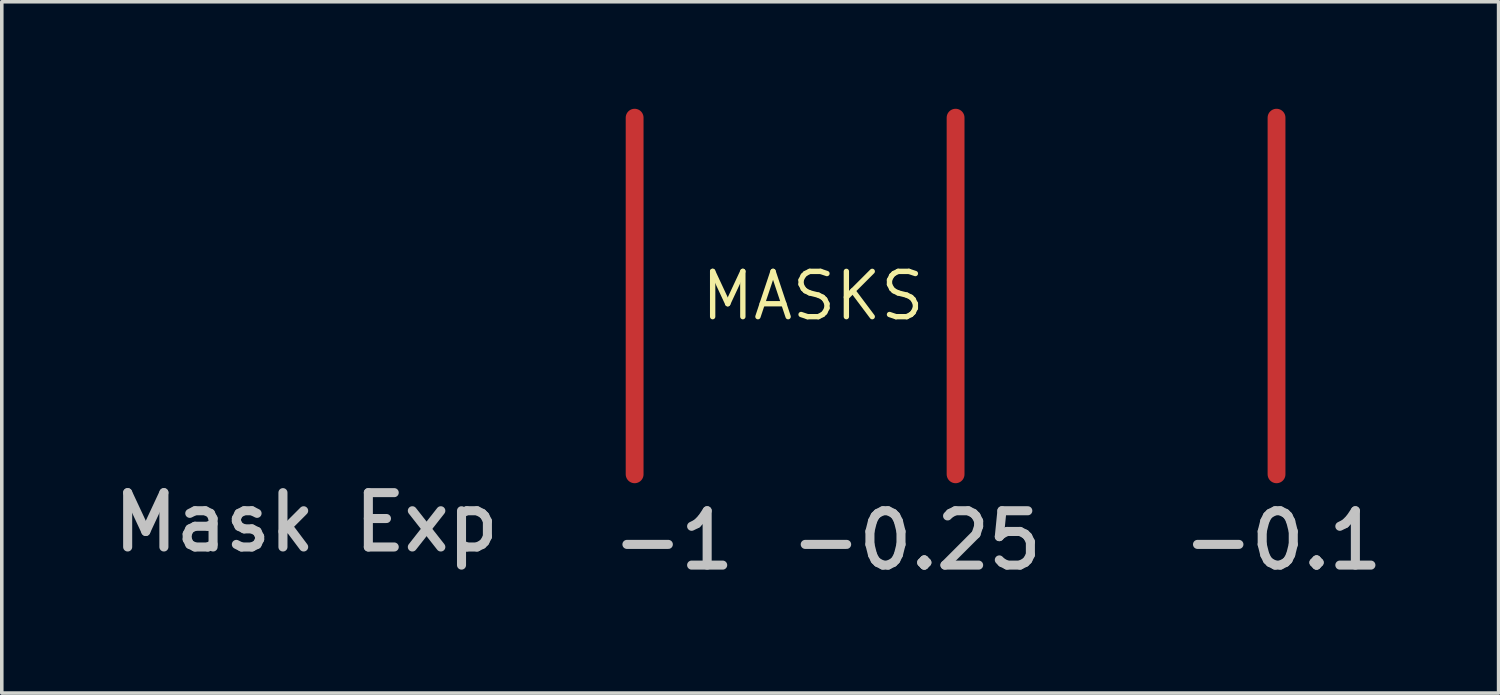
<source format=kicad_pcb>
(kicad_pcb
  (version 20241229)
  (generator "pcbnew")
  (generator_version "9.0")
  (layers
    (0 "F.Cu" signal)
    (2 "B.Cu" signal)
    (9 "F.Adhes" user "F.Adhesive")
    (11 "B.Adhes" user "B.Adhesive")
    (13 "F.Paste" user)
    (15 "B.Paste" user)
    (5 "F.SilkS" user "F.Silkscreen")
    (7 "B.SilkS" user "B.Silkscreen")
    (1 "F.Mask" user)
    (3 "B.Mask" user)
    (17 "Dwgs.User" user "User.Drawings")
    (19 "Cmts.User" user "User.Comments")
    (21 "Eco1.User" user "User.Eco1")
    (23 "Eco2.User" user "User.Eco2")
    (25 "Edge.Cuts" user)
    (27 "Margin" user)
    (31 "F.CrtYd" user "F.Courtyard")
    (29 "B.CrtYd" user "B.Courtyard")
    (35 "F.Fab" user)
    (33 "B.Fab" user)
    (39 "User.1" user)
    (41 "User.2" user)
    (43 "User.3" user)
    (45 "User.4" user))
  (footprint "MASKS"
    (layer "F.Cu")
    (at 19.746 5.25)
    (property "Reference" "MASKS" (at 0 0 0) (layer "F.SilkS") (effects (font (size 1.27 1.27) (thickness 0.15))))
    (fp_line (start -5 5) (end -5 -5) (stroke (width 0.5) (type solid)) (layer "F.Cu"))
    (fp_line (start 4 5) (end 4 -5) (stroke (width 0.5) (type solid)) (layer "F.Cu"))
    (fp_line (start 13 5) (end 13 -5) (stroke (width 0.5) (type solid)) (layer "F.Cu"))
    (fp_line (start 13 5) (end 13 -5) (stroke (width 0.3) (type solid)) (layer "F.Mask"))
    (fp_text user "-1" (at -5.746 7.746 0) (unlocked yes) (layer "Dwgs.User") (effects (font (size 1.524 1.524) (thickness 0.254)) (justify left bottom)))
    (fp_text user "-0.25" (at -0.746 7.746 0) (unlocked yes) (layer "Dwgs.User") (effects (font (size 1.524 1.524) (thickness 0.254)) (justify left bottom)))
    (fp_text user "Mask Exp" (at -19.746 7.238 0) (unlocked yes) (layer "Dwgs.User") (effects (font (size 1.524 1.524) (thickness 0.254)) (justify left bottom)))
    (fp_text user "-0.1" (at 10.254 7.746 0) (unlocked yes) (layer "Dwgs.User") (effects (font (size 1.524 1.524) (thickness 0.254)) (justify left bottom))))
  (gr_rect
    (start -3 -3)
    (end 38.973 16.385)
    (stroke (width 0.1) (type default))
    (fill no)
    (layer "Edge.Cuts")))
</source>
